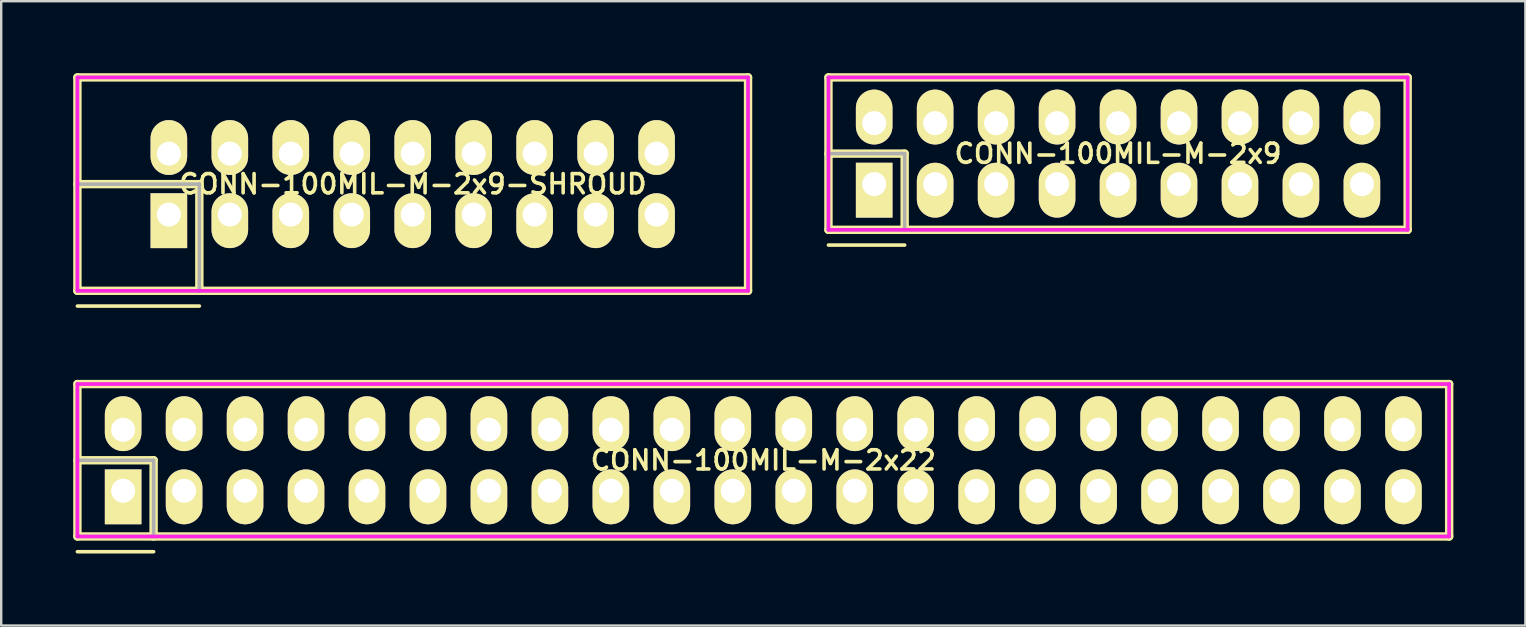
<source format=kicad_pcb>
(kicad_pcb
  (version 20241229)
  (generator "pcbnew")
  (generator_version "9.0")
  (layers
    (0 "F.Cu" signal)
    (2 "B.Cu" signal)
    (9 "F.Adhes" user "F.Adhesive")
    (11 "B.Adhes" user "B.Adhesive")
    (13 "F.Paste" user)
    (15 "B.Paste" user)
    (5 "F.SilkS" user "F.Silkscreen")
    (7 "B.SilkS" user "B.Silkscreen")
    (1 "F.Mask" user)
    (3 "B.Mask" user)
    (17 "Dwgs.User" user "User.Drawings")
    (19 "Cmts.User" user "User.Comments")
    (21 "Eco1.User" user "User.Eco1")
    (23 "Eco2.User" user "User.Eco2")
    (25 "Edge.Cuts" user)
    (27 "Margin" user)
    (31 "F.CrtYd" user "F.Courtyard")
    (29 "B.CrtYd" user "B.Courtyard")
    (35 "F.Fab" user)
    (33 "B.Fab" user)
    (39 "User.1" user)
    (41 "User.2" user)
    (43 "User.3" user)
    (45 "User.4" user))
  (footprint "CONN-100MIL-M-2x22"
    (layer "F.Cu")
    (at 28.75 16.125)
    (property "Reference" "CONN-100MIL-M-2x22" (at 0 0 0) (layer "F.SilkS") (effects (font (size 0.8 0.8) (thickness 0.15))))
    (attr through_hole)
    (fp_line (start -28.575 -3.175) (end 28.575 -3.175) (stroke (width 0.35) (type solid)) (layer "F.SilkS"))
    (fp_line (start -28.575 0) (end -25.4 0) (stroke (width 0.35) (type solid)) (layer "F.SilkS"))
    (fp_line (start -28.575 3.175) (end -28.575 -3.175) (stroke (width 0.35) (type solid)) (layer "F.SilkS"))
    (fp_line (start -28.575 3.81) (end -25.4 3.81) (stroke (width 0.15) (type solid)) (layer "F.SilkS"))
    (fp_line (start -25.4 0) (end -25.4 3.175) (stroke (width 0.35) (type solid)) (layer "F.SilkS"))
    (fp_line (start 28.575 -3.175) (end 28.575 3.175) (stroke (width 0.35) (type solid)) (layer "F.SilkS"))
    (fp_line (start 28.575 3.175) (end -28.575 3.175) (stroke (width 0.35) (type solid)) (layer "F.SilkS"))
    (fp_line (start -28.575 -3.175) (end 28.575 -3.175) (stroke (width 0.15) (type solid)) (layer "F.CrtYd"))
    (fp_line (start -28.575 3.175) (end -28.575 -3.175) (stroke (width 0.15) (type solid)) (layer "F.CrtYd"))
    (fp_line (start 28.575 -3.175) (end 28.575 3.175) (stroke (width 0.15) (type solid)) (layer "F.CrtYd"))
    (fp_line (start 28.575 3.175) (end -28.575 3.175) (stroke (width 0.15) (type solid)) (layer "F.CrtYd"))
    (fp_line (start -28.575 -3.175) (end 28.575 -3.175) (stroke (width 0.15) (type solid)) (layer "F.Fab"))
    (fp_line (start -28.575 0) (end -25.4 0) (stroke (width 0.15) (type solid)) (layer "F.Fab"))
    (fp_line (start -28.575 3.175) (end -28.575 -3.175) (stroke (width 0.15) (type solid)) (layer "F.Fab"))
    (fp_line (start -25.4 0) (end -25.4 3.175) (stroke (width 0.15) (type solid)) (layer "F.Fab"))
    (fp_line (start 28.575 -3.175) (end 28.575 3.175) (stroke (width 0.15) (type solid)) (layer "F.Fab"))
    (fp_line (start 28.575 3.175) (end -28.575 3.175) (stroke (width 0.15) (type solid)) (layer "F.Fab"))
    (pad "1" thru_hole rect (at -26.67 1.27) (size 1.524 2.286) (drill 1 (offset 0 0.254)) (layers "*.Cu" "*.Mask" "F.SilkS"))
    (pad "2" thru_hole oval (at -26.67 -1.27) (size 1.524 2.286) (drill 1 (offset 0 -0.254)) (layers "*.Cu" "*.Mask" "F.SilkS"))
    (pad "3" thru_hole oval (at -24.13 1.27) (size 1.524 2.286) (drill 1 (offset 0 0.254)) (layers "*.Cu" "*.Mask" "F.SilkS"))
    (pad "4" thru_hole oval (at -24.13 -1.27) (size 1.524 2.286) (drill 1 (offset 0 -0.254)) (layers "*.Cu" "*.Mask" "F.SilkS"))
    (pad "5" thru_hole oval (at -21.59 1.27) (size 1.524 2.286) (drill 1 (offset 0 0.254)) (layers "*.Cu" "*.Mask" "F.SilkS"))
    (pad "6" thru_hole oval (at -21.59 -1.27) (size 1.524 2.286) (drill 1 (offset 0 -0.254)) (layers "*.Cu" "*.Mask" "F.SilkS"))
    (pad "7" thru_hole oval (at -19.05 1.27) (size 1.524 2.286) (drill 1 (offset 0 0.254)) (layers "*.Cu" "*.Mask" "F.SilkS"))
    (pad "8" thru_hole oval (at -19.05 -1.27) (size 1.524 2.286) (drill 1 (offset 0 -0.254)) (layers "*.Cu" "*.Mask" "F.SilkS"))
    (pad "9" thru_hole oval (at -16.51 1.27) (size 1.524 2.286) (drill 1 (offset 0 0.254)) (layers "*.Cu" "*.Mask" "F.SilkS"))
    (pad "10" thru_hole oval (at -16.51 -1.27) (size 1.524 2.286) (drill 1 (offset 0 -0.254)) (layers "*.Cu" "*.Mask" "F.SilkS"))
    (pad "11" thru_hole oval (at -13.97 1.27) (size 1.524 2.286) (drill 1 (offset 0 0.254)) (layers "*.Cu" "*.Mask" "F.SilkS"))
    (pad "12" thru_hole oval (at -13.97 -1.27) (size 1.524 2.286) (drill 1 (offset 0 -0.254)) (layers "*.Cu" "*.Mask" "F.SilkS"))
    (pad "13" thru_hole oval (at -11.43 1.27) (size 1.524 2.286) (drill 1 (offset 0 0.254)) (layers "*.Cu" "*.Mask" "F.SilkS"))
    (pad "14" thru_hole oval (at -11.43 -1.27) (size 1.524 2.286) (drill 1 (offset 0 -0.254)) (layers "*.Cu" "*.Mask" "F.SilkS"))
    (pad "15" thru_hole oval (at -8.89 1.27) (size 1.524 2.286) (drill 1 (offset 0 0.254)) (layers "*.Cu" "*.Mask" "F.SilkS"))
    (pad "16" thru_hole oval (at -8.89 -1.27) (size 1.524 2.286) (drill 1 (offset 0 -0.254)) (layers "*.Cu" "*.Mask" "F.SilkS"))
    (pad "17" thru_hole oval (at -6.35 1.27) (size 1.524 2.286) (drill 1 (offset 0 0.254)) (layers "*.Cu" "*.Mask" "F.SilkS"))
    (pad "18" thru_hole oval (at -6.35 -1.27) (size 1.524 2.286) (drill 1 (offset 0 -0.254)) (layers "*.Cu" "*.Mask" "F.SilkS"))
    (pad "19" thru_hole oval (at -3.81 1.27) (size 1.524 2.286) (drill 1 (offset 0 0.254)) (layers "*.Cu" "*.Mask" "F.SilkS"))
    (pad "20" thru_hole oval (at -3.81 -1.27) (size 1.524 2.286) (drill 1 (offset 0 -0.254)) (layers "*.Cu" "*.Mask" "F.SilkS"))
    (pad "21" thru_hole oval (at -1.27 1.27) (size 1.524 2.286) (drill 1 (offset 0 0.254)) (layers "*.Cu" "*.Mask" "F.SilkS"))
    (pad "22" thru_hole oval (at -1.27 -1.27) (size 1.524 2.286) (drill 1 (offset 0 -0.254)) (layers "*.Cu" "*.Mask" "F.SilkS"))
    (pad "23" thru_hole oval (at 1.27 1.27) (size 1.524 2.286) (drill 1 (offset 0 0.254)) (layers "*.Cu" "*.Mask" "F.SilkS"))
    (pad "24" thru_hole oval (at 1.27 -1.27) (size 1.524 2.286) (drill 1 (offset 0 -0.254)) (layers "*.Cu" "*.Mask" "F.SilkS"))
    (pad "25" thru_hole oval (at 3.81 1.27) (size 1.524 2.286) (drill 1 (offset 0 0.254)) (layers "*.Cu" "*.Mask" "F.SilkS"))
    (pad "26" thru_hole oval (at 3.81 -1.27) (size 1.524 2.286) (drill 1 (offset 0 -0.254)) (layers "*.Cu" "*.Mask" "F.SilkS"))
    (pad "27" thru_hole oval (at 6.35 1.27) (size 1.524 2.286) (drill 1 (offset 0 0.254)) (layers "*.Cu" "*.Mask" "F.SilkS"))
    (pad "28" thru_hole oval (at 6.35 -1.27) (size 1.524 2.286) (drill 1 (offset 0 -0.254)) (layers "*.Cu" "*.Mask" "F.SilkS"))
    (pad "29" thru_hole oval (at 8.89 1.27) (size 1.524 2.286) (drill 1 (offset 0 0.254)) (layers "*.Cu" "*.Mask" "F.SilkS"))
    (pad "30" thru_hole oval (at 8.89 -1.27) (size 1.524 2.286) (drill 1 (offset 0 -0.254)) (layers "*.Cu" "*.Mask" "F.SilkS"))
    (pad "31" thru_hole oval (at 11.43 1.27) (size 1.524 2.286) (drill 1 (offset 0 0.254)) (layers "*.Cu" "*.Mask" "F.SilkS"))
    (pad "32" thru_hole oval (at 11.43 -1.27) (size 1.524 2.286) (drill 1 (offset 0 -0.254)) (layers "*.Cu" "*.Mask" "F.SilkS"))
    (pad "33" thru_hole oval (at 13.97 1.27) (size 1.524 2.286) (drill 1 (offset 0 0.254)) (layers "*.Cu" "*.Mask" "F.SilkS"))
    (pad "34" thru_hole oval (at 13.97 -1.27) (size 1.524 2.286) (drill 1 (offset 0 -0.254)) (layers "*.Cu" "*.Mask" "F.SilkS"))
    (pad "35" thru_hole oval (at 16.51 1.27) (size 1.524 2.286) (drill 1 (offset 0 0.254)) (layers "*.Cu" "*.Mask" "F.SilkS"))
    (pad "36" thru_hole oval (at 16.51 -1.27) (size 1.524 2.286) (drill 1 (offset 0 -0.254)) (layers "*.Cu" "*.Mask" "F.SilkS"))
    (pad "37" thru_hole oval (at 19.05 1.27) (size 1.524 2.286) (drill 1 (offset 0 0.254)) (layers "*.Cu" "*.Mask" "F.SilkS"))
    (pad "38" thru_hole oval (at 19.05 -1.27) (size 1.524 2.286) (drill 1 (offset 0 -0.254)) (layers "*.Cu" "*.Mask" "F.SilkS"))
    (pad "39" thru_hole oval (at 21.59 1.27) (size 1.524 2.286) (drill 1 (offset 0 0.254)) (layers "*.Cu" "*.Mask" "F.SilkS"))
    (pad "40" thru_hole oval (at 21.59 -1.27) (size 1.524 2.286) (drill 1 (offset 0 -0.254)) (layers "*.Cu" "*.Mask" "F.SilkS"))
    (pad "41" thru_hole oval (at 24.13 1.27) (size 1.524 2.286) (drill 1 (offset 0 0.254)) (layers "*.Cu" "*.Mask" "F.SilkS"))
    (pad "42" thru_hole oval (at 24.13 -1.27) (size 1.524 2.286) (drill 1 (offset 0 -0.254)) (layers "*.Cu" "*.Mask" "F.SilkS"))
    (pad "43" thru_hole oval (at 26.67 1.27) (size 1.524 2.286) (drill 1 (offset 0 0.254)) (layers "*.Cu" "*.Mask" "F.SilkS"))
    (pad "44" thru_hole oval (at 26.67 -1.27) (size 1.524 2.286) (drill 1 (offset 0 -0.254)) (layers "*.Cu" "*.Mask" "F.SilkS")))
  (footprint "CONN-100MIL-M-2x9-SHROUD"
    (layer "F.Cu")
    (at 14.145 4.62)
    (property "Reference" "CONN-100MIL-M-2x9-SHROUD" (at 0 0 0) (layer "F.SilkS") (effects (font (size 0.8 0.8) (thickness 0.15))))
    (attr through_hole)
    (fp_line (start -13.97 -4.445) (end 13.97 -4.445) (stroke (width 0.35) (type solid)) (layer "F.SilkS"))
    (fp_line (start -13.97 0) (end -8.89 0) (stroke (width 0.35) (type solid)) (layer "F.SilkS"))
    (fp_line (start -13.97 4.445) (end -13.97 -4.445) (stroke (width 0.35) (type solid)) (layer "F.SilkS"))
    (fp_line (start -13.97 5.08) (end -8.89 5.08) (stroke (width 0.15) (type solid)) (layer "F.SilkS"))
    (fp_line (start -8.89 0) (end -8.89 4.445) (stroke (width 0.35) (type solid)) (layer "F.SilkS"))
    (fp_line (start 13.97 -4.445) (end 13.97 4.445) (stroke (width 0.35) (type solid)) (layer "F.SilkS"))
    (fp_line (start 13.97 4.445) (end -13.97 4.445) (stroke (width 0.35) (type solid)) (layer "F.SilkS"))
    (fp_line (start -13.97 -4.445) (end 13.97 -4.445) (stroke (width 0.15) (type solid)) (layer "F.CrtYd"))
    (fp_line (start -13.97 4.445) (end -13.97 -4.445) (stroke (width 0.15) (type solid)) (layer "F.CrtYd"))
    (fp_line (start 13.97 -4.445) (end 13.97 4.445) (stroke (width 0.15) (type solid)) (layer "F.CrtYd"))
    (fp_line (start 13.97 4.445) (end -13.97 4.445) (stroke (width 0.15) (type solid)) (layer "F.CrtYd"))
    (fp_line (start -13.97 -4.445) (end 13.97 -4.445) (stroke (width 0.15) (type solid)) (layer "F.Fab"))
    (fp_line (start -13.97 0) (end -8.89 0) (stroke (width 0.15) (type solid)) (layer "F.Fab"))
    (fp_line (start -13.97 4.445) (end -13.97 -4.445) (stroke (width 0.15) (type solid)) (layer "F.Fab"))
    (fp_line (start -8.89 0) (end -8.89 4.445) (stroke (width 0.15) (type solid)) (layer "F.Fab"))
    (fp_line (start 13.97 -4.445) (end 13.97 4.445) (stroke (width 0.15) (type solid)) (layer "F.Fab"))
    (fp_line (start 13.97 4.445) (end -13.97 4.445) (stroke (width 0.15) (type solid)) (layer "F.Fab"))
    (pad "1" thru_hole rect (at -10.16 1.27) (size 1.524 2.286) (drill 1 (offset 0 0.254)) (layers "*.Cu" "*.Mask" "F.SilkS"))
    (pad "2" thru_hole oval (at -10.16 -1.27) (size 1.524 2.286) (drill 1 (offset 0 -0.254)) (layers "*.Cu" "*.Mask" "F.SilkS"))
    (pad "3" thru_hole oval (at -7.62 1.27) (size 1.524 2.286) (drill 1 (offset 0 0.254)) (layers "*.Cu" "*.Mask" "F.SilkS"))
    (pad "4" thru_hole oval (at -7.62 -1.27) (size 1.524 2.286) (drill 1 (offset 0 -0.254)) (layers "*.Cu" "*.Mask" "F.SilkS"))
    (pad "5" thru_hole oval (at -5.08 1.27) (size 1.524 2.286) (drill 1 (offset 0 0.254)) (layers "*.Cu" "*.Mask" "F.SilkS"))
    (pad "6" thru_hole oval (at -5.08 -1.27) (size 1.524 2.286) (drill 1 (offset 0 -0.254)) (layers "*.Cu" "*.Mask" "F.SilkS"))
    (pad "7" thru_hole oval (at -2.54 1.27) (size 1.524 2.286) (drill 1 (offset 0 0.254)) (layers "*.Cu" "*.Mask" "F.SilkS"))
    (pad "8" thru_hole oval (at -2.54 -1.27) (size 1.524 2.286) (drill 1 (offset 0 -0.254)) (layers "*.Cu" "*.Mask" "F.SilkS"))
    (pad "9" thru_hole oval (at 0 1.27) (size 1.524 2.286) (drill 1 (offset 0 0.254)) (layers "*.Cu" "*.Mask" "F.SilkS"))
    (pad "10" thru_hole oval (at 0 -1.27) (size 1.524 2.286) (drill 1 (offset 0 -0.254)) (layers "*.Cu" "*.Mask" "F.SilkS"))
    (pad "11" thru_hole oval (at 2.54 1.27) (size 1.524 2.286) (drill 1 (offset 0 0.254)) (layers "*.Cu" "*.Mask" "F.SilkS"))
    (pad "12" thru_hole oval (at 2.54 -1.27) (size 1.524 2.286) (drill 1 (offset 0 -0.254)) (layers "*.Cu" "*.Mask" "F.SilkS"))
    (pad "13" thru_hole oval (at 5.08 1.27) (size 1.524 2.286) (drill 1 (offset 0 0.254)) (layers "*.Cu" "*.Mask" "F.SilkS"))
    (pad "14" thru_hole oval (at 5.08 -1.27) (size 1.524 2.286) (drill 1 (offset 0 -0.254)) (layers "*.Cu" "*.Mask" "F.SilkS"))
    (pad "15" thru_hole oval (at 7.62 1.27) (size 1.524 2.286) (drill 1 (offset 0 0.254)) (layers "*.Cu" "*.Mask" "F.SilkS"))
    (pad "16" thru_hole oval (at 7.62 -1.27) (size 1.524 2.286) (drill 1 (offset 0 -0.254)) (layers "*.Cu" "*.Mask" "F.SilkS"))
    (pad "17" thru_hole oval (at 10.16 1.27) (size 1.524 2.286) (drill 1 (offset 0 0.254)) (layers "*.Cu" "*.Mask" "F.SilkS"))
    (pad "18" thru_hole oval (at 10.16 -1.27) (size 1.524 2.286) (drill 1 (offset 0 -0.254)) (layers "*.Cu" "*.Mask" "F.SilkS")))
  (footprint "CONN-100MIL-M-2x9"
    (layer "F.Cu")
    (at 43.53 3.35)
    (property "Reference" "CONN-100MIL-M-2x9" (at 0 0 0) (layer "F.SilkS") (effects (font (size 0.8 0.8) (thickness 0.15))))
    (attr through_hole)
    (fp_line (start -12.065 -3.175) (end 12.065 -3.175) (stroke (width 0.35) (type solid)) (layer "F.SilkS"))
    (fp_line (start -12.065 0) (end -8.89 0) (stroke (width 0.35) (type solid)) (layer "F.SilkS"))
    (fp_line (start -12.065 3.175) (end -12.065 -3.175) (stroke (width 0.35) (type solid)) (layer "F.SilkS"))
    (fp_line (start -12.065 3.81) (end -8.89 3.81) (stroke (width 0.15) (type solid)) (layer "F.SilkS"))
    (fp_line (start -8.89 0) (end -8.89 3.175) (stroke (width 0.35) (type solid)) (layer "F.SilkS"))
    (fp_line (start 12.065 -3.175) (end 12.065 3.175) (stroke (width 0.35) (type solid)) (layer "F.SilkS"))
    (fp_line (start 12.065 3.175) (end -12.065 3.175) (stroke (width 0.35) (type solid)) (layer "F.SilkS"))
    (fp_line (start -12.065 -3.175) (end 12.065 -3.175) (stroke (width 0.15) (type solid)) (layer "F.CrtYd"))
    (fp_line (start -12.065 3.175) (end -12.065 -3.175) (stroke (width 0.15) (type solid)) (layer "F.CrtYd"))
    (fp_line (start 12.065 -3.175) (end 12.065 3.175) (stroke (width 0.15) (type solid)) (layer "F.CrtYd"))
    (fp_line (start 12.065 3.175) (end -12.065 3.175) (stroke (width 0.15) (type solid)) (layer "F.CrtYd"))
    (fp_line (start -12.065 -3.175) (end 12.065 -3.175) (stroke (width 0.15) (type solid)) (layer "F.Fab"))
    (fp_line (start -12.065 0) (end -8.89 0) (stroke (width 0.15) (type solid)) (layer "F.Fab"))
    (fp_line (start -12.065 3.175) (end -12.065 -3.175) (stroke (width 0.15) (type solid)) (layer "F.Fab"))
    (fp_line (start -8.89 0) (end -8.89 3.175) (stroke (width 0.15) (type solid)) (layer "F.Fab"))
    (fp_line (start 12.065 -3.175) (end 12.065 3.175) (stroke (width 0.15) (type solid)) (layer "F.Fab"))
    (fp_line (start 12.065 3.175) (end -12.065 3.175) (stroke (width 0.15) (type solid)) (layer "F.Fab"))
    (pad "1" thru_hole rect (at -10.16 1.27) (size 1.524 2.286) (drill 1 (offset 0 0.254)) (layers "*.Cu" "*.Mask" "F.SilkS"))
    (pad "2" thru_hole oval (at -10.16 -1.27) (size 1.524 2.286) (drill 1 (offset 0 -0.254)) (layers "*.Cu" "*.Mask" "F.SilkS"))
    (pad "3" thru_hole oval (at -7.62 1.27) (size 1.524 2.286) (drill 1 (offset 0 0.254)) (layers "*.Cu" "*.Mask" "F.SilkS"))
    (pad "4" thru_hole oval (at -7.62 -1.27) (size 1.524 2.286) (drill 1 (offset 0 -0.254)) (layers "*.Cu" "*.Mask" "F.SilkS"))
    (pad "5" thru_hole oval (at -5.08 1.27) (size 1.524 2.286) (drill 1 (offset 0 0.254)) (layers "*.Cu" "*.Mask" "F.SilkS"))
    (pad "6" thru_hole oval (at -5.08 -1.27) (size 1.524 2.286) (drill 1 (offset 0 -0.254)) (layers "*.Cu" "*.Mask" "F.SilkS"))
    (pad "7" thru_hole oval (at -2.54 1.27) (size 1.524 2.286) (drill 1 (offset 0 0.254)) (layers "*.Cu" "*.Mask" "F.SilkS"))
    (pad "8" thru_hole oval (at -2.54 -1.27) (size 1.524 2.286) (drill 1 (offset 0 -0.254)) (layers "*.Cu" "*.Mask" "F.SilkS"))
    (pad "9" thru_hole oval (at 0 1.27) (size 1.524 2.286) (drill 1 (offset 0 0.254)) (layers "*.Cu" "*.Mask" "F.SilkS"))
    (pad "10" thru_hole oval (at 0 -1.27) (size 1.524 2.286) (drill 1 (offset 0 -0.254)) (layers "*.Cu" "*.Mask" "F.SilkS"))
    (pad "11" thru_hole oval (at 2.54 1.27) (size 1.524 2.286) (drill 1 (offset 0 0.254)) (layers "*.Cu" "*.Mask" "F.SilkS"))
    (pad "12" thru_hole oval (at 2.54 -1.27) (size 1.524 2.286) (drill 1 (offset 0 -0.254)) (layers "*.Cu" "*.Mask" "F.SilkS"))
    (pad "13" thru_hole oval (at 5.08 1.27) (size 1.524 2.286) (drill 1 (offset 0 0.254)) (layers "*.Cu" "*.Mask" "F.SilkS"))
    (pad "14" thru_hole oval (at 5.08 -1.27) (size 1.524 2.286) (drill 1 (offset 0 -0.254)) (layers "*.Cu" "*.Mask" "F.SilkS"))
    (pad "15" thru_hole oval (at 7.62 1.27) (size 1.524 2.286) (drill 1 (offset 0 0.254)) (layers "*.Cu" "*.Mask" "F.SilkS"))
    (pad "16" thru_hole oval (at 7.62 -1.27) (size 1.524 2.286) (drill 1 (offset 0 -0.254)) (layers "*.Cu" "*.Mask" "F.SilkS"))
    (pad "17" thru_hole oval (at 10.16 1.27) (size 1.524 2.286) (drill 1 (offset 0 0.254)) (layers "*.Cu" "*.Mask" "F.SilkS"))
    (pad "18" thru_hole oval (at 10.16 -1.27) (size 1.524 2.286) (drill 1 (offset 0 -0.254)) (layers "*.Cu" "*.Mask" "F.SilkS")))
  (gr_rect
    (start -3 -3)
    (end 60.5 23.01)
    (stroke (width 0.1) (type default))
    (fill no)
    (layer "Edge.Cuts")))
</source>
